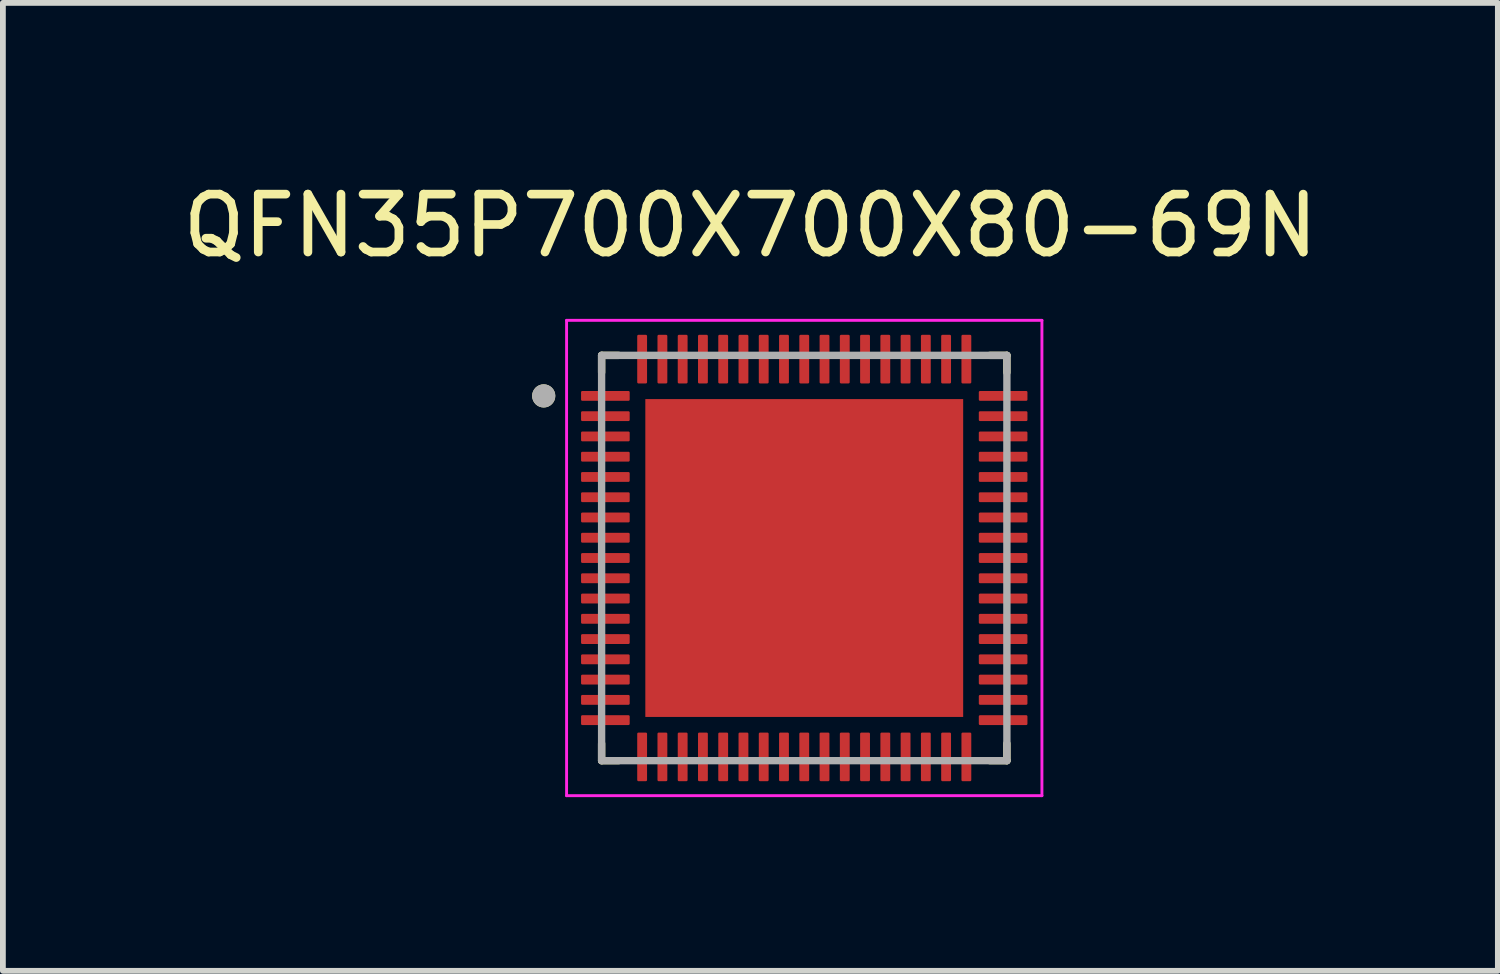
<source format=kicad_pcb>
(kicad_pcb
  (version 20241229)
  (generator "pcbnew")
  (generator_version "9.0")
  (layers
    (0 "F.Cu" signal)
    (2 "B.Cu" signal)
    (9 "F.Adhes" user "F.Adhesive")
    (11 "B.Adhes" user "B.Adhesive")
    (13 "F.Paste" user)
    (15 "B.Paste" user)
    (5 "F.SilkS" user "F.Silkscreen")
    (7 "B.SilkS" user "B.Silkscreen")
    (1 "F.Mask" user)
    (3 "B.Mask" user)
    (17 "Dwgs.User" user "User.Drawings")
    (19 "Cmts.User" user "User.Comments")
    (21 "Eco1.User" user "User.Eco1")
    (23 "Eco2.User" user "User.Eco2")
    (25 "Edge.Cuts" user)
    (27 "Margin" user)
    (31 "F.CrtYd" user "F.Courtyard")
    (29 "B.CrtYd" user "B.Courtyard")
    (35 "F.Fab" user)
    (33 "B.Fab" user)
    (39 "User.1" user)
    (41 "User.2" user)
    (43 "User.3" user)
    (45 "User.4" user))
  (footprint "QFN35P700X700X80-69N"
    (layer "F.Cu")
    (at 10.841 6.588)
    (property "Reference" "QFN35P700X700X80-69N" (at -0.93 -5.74 0) (layer "F.SilkS") (effects (font (size 1 1) (thickness 0.15))))
    (attr smd)
    (fp_line (start -3.5 -3.5) (end -3.5 -3.205) (stroke (width 0.127) (type solid)) (layer "F.SilkS"))
    (fp_line (start -3.5 3.5) (end -3.5 3.205) (stroke (width 0.127) (type solid)) (layer "F.SilkS"))
    (fp_line (start -3.5 3.5) (end -3.205 3.5) (stroke (width 0.127) (type solid)) (layer "F.SilkS"))
    (fp_line (start -3.205 -3.5) (end -3.5 -3.5) (stroke (width 0.127) (type solid)) (layer "F.SilkS"))
    (fp_line (start 3.205 3.5) (end 3.5 3.5) (stroke (width 0.127) (type solid)) (layer "F.SilkS"))
    (fp_line (start 3.5 -3.5) (end 3.205 -3.5) (stroke (width 0.127) (type solid)) (layer "F.SilkS"))
    (fp_line (start 3.5 -3.205) (end 3.5 -3.5) (stroke (width 0.127) (type solid)) (layer "F.SilkS"))
    (fp_line (start 3.5 3.5) (end 3.5 3.205) (stroke (width 0.127) (type solid)) (layer "F.SilkS"))
    (fp_circle (center -4.5 -2.8) (end -4.4 -2.8) (stroke (width 0.2) (type solid)) (fill no) (layer "F.SilkS"))
    (fp_poly (pts (xy -2.245 -2.245) (xy -0.505 -2.245) (xy -0.505 -0.505) (xy -2.245 -0.505)) (stroke (width 0.01) (type solid)) (fill yes) (layer "F.Paste"))
    (fp_poly (pts (xy -2.245 0.505) (xy -0.505 0.505) (xy -0.505 2.245) (xy -2.245 2.245)) (stroke (width 0.01) (type solid)) (fill yes) (layer "F.Paste"))
    (fp_poly (pts (xy 0.505 -2.245) (xy 2.245 -2.245) (xy 2.245 -0.505) (xy 0.505 -0.505)) (stroke (width 0.01) (type solid)) (fill yes) (layer "F.Paste"))
    (fp_poly (pts (xy 0.505 0.505) (xy 2.245 0.505) (xy 2.245 2.245) (xy 0.505 2.245)) (stroke (width 0.01) (type solid)) (fill yes) (layer "F.Paste"))
    (fp_line (start -4.105 -4.105) (end -4.105 4.105) (stroke (width 0.05) (type solid)) (layer "F.CrtYd"))
    (fp_line (start -4.105 4.105) (end 4.105 4.105) (stroke (width 0.05) (type solid)) (layer "F.CrtYd"))
    (fp_line (start 4.105 -4.105) (end -4.105 -4.105) (stroke (width 0.05) (type solid)) (layer "F.CrtYd"))
    (fp_line (start 4.105 4.105) (end 4.105 -4.105) (stroke (width 0.05) (type solid)) (layer "F.CrtYd"))
    (fp_line (start -3.5 -3.5) (end -3.5 3.5) (stroke (width 0.127) (type solid)) (layer "F.Fab"))
    (fp_line (start -3.5 3.5) (end 3.5 3.5) (stroke (width 0.127) (type solid)) (layer "F.Fab"))
    (fp_line (start 3.5 -3.5) (end -3.5 -3.5) (stroke (width 0.127) (type solid)) (layer "F.Fab"))
    (fp_line (start 3.5 3.5) (end 3.5 -3.5) (stroke (width 0.127) (type solid)) (layer "F.Fab"))
    (fp_circle (center -4.5 -2.8) (end -4.4 -2.8) (stroke (width 0.2) (type solid)) (fill no) (layer "F.Fab"))
    (pad "1" smd roundrect (at -3.435 -2.8) (size 0.84 0.17) (layers "F.Cu" "F.Mask" "F.Paste") (roundrect_rratio 0.125))
    (pad "2" smd roundrect (at -3.435 -2.45) (size 0.84 0.17) (layers "F.Cu" "F.Mask" "F.Paste") (roundrect_rratio 0.125))
    (pad "3" smd roundrect (at -3.435 -2.1) (size 0.84 0.17) (layers "F.Cu" "F.Mask" "F.Paste") (roundrect_rratio 0.125))
    (pad "4" smd roundrect (at -3.435 -1.75) (size 0.84 0.17) (layers "F.Cu" "F.Mask" "F.Paste") (roundrect_rratio 0.125))
    (pad "5" smd roundrect (at -3.435 -1.4) (size 0.84 0.17) (layers "F.Cu" "F.Mask" "F.Paste") (roundrect_rratio 0.125))
    (pad "6" smd roundrect (at -3.435 -1.05) (size 0.84 0.17) (layers "F.Cu" "F.Mask" "F.Paste") (roundrect_rratio 0.125))
    (pad "7" smd roundrect (at -3.435 -0.7) (size 0.84 0.17) (layers "F.Cu" "F.Mask" "F.Paste") (roundrect_rratio 0.125))
    (pad "8" smd roundrect (at -3.435 -0.35) (size 0.84 0.17) (layers "F.Cu" "F.Mask" "F.Paste") (roundrect_rratio 0.125))
    (pad "9" smd roundrect (at -3.435 0) (size 0.84 0.17) (layers "F.Cu" "F.Mask" "F.Paste") (roundrect_rratio 0.125))
    (pad "10" smd roundrect (at -3.435 0.35) (size 0.84 0.17) (layers "F.Cu" "F.Mask" "F.Paste") (roundrect_rratio 0.125))
    (pad "11" smd roundrect (at -3.435 0.7) (size 0.84 0.17) (layers "F.Cu" "F.Mask" "F.Paste") (roundrect_rratio 0.125))
    (pad "12" smd roundrect (at -3.435 1.05) (size 0.84 0.17) (layers "F.Cu" "F.Mask" "F.Paste") (roundrect_rratio 0.125))
    (pad "13" smd roundrect (at -3.435 1.4) (size 0.84 0.17) (layers "F.Cu" "F.Mask" "F.Paste") (roundrect_rratio 0.125))
    (pad "14" smd roundrect (at -3.435 1.75) (size 0.84 0.17) (layers "F.Cu" "F.Mask" "F.Paste") (roundrect_rratio 0.125))
    (pad "15" smd roundrect (at -3.435 2.1) (size 0.84 0.17) (layers "F.Cu" "F.Mask" "F.Paste") (roundrect_rratio 0.125))
    (pad "16" smd roundrect (at -3.435 2.45) (size 0.84 0.17) (layers "F.Cu" "F.Mask" "F.Paste") (roundrect_rratio 0.125))
    (pad "17" smd roundrect (at -3.435 2.8) (size 0.84 0.17) (layers "F.Cu" "F.Mask" "F.Paste") (roundrect_rratio 0.125))
    (pad "18" smd roundrect (at -2.8 3.435) (size 0.17 0.84) (layers "F.Cu" "F.Mask" "F.Paste") (roundrect_rratio 0.125))
    (pad "19" smd roundrect (at -2.45 3.435) (size 0.17 0.84) (layers "F.Cu" "F.Mask" "F.Paste") (roundrect_rratio 0.125))
    (pad "20" smd roundrect (at -2.1 3.435) (size 0.17 0.84) (layers "F.Cu" "F.Mask" "F.Paste") (roundrect_rratio 0.125))
    (pad "21" smd roundrect (at -1.75 3.435) (size 0.17 0.84) (layers "F.Cu" "F.Mask" "F.Paste") (roundrect_rratio 0.125))
    (pad "22" smd roundrect (at -1.4 3.435) (size 0.17 0.84) (layers "F.Cu" "F.Mask" "F.Paste") (roundrect_rratio 0.125))
    (pad "23" smd roundrect (at -1.05 3.435) (size 0.17 0.84) (layers "F.Cu" "F.Mask" "F.Paste") (roundrect_rratio 0.125))
    (pad "24" smd roundrect (at -0.7 3.435) (size 0.17 0.84) (layers "F.Cu" "F.Mask" "F.Paste") (roundrect_rratio 0.125))
    (pad "25" smd roundrect (at -0.35 3.435) (size 0.17 0.84) (layers "F.Cu" "F.Mask" "F.Paste") (roundrect_rratio 0.125))
    (pad "26" smd roundrect (at 0 3.435) (size 0.17 0.84) (layers "F.Cu" "F.Mask" "F.Paste") (roundrect_rratio 0.125))
    (pad "27" smd roundrect (at 0.35 3.435) (size 0.17 0.84) (layers "F.Cu" "F.Mask" "F.Paste") (roundrect_rratio 0.125))
    (pad "28" smd roundrect (at 0.7 3.435) (size 0.17 0.84) (layers "F.Cu" "F.Mask" "F.Paste") (roundrect_rratio 0.125))
    (pad "29" smd roundrect (at 1.05 3.435) (size 0.17 0.84) (layers "F.Cu" "F.Mask" "F.Paste") (roundrect_rratio 0.125))
    (pad "30" smd roundrect (at 1.4 3.435) (size 0.17 0.84) (layers "F.Cu" "F.Mask" "F.Paste") (roundrect_rratio 0.125))
    (pad "31" smd roundrect (at 1.75 3.435) (size 0.17 0.84) (layers "F.Cu" "F.Mask" "F.Paste") (roundrect_rratio 0.125))
    (pad "32" smd roundrect (at 2.1 3.435) (size 0.17 0.84) (layers "F.Cu" "F.Mask" "F.Paste") (roundrect_rratio 0.125))
    (pad "33" smd roundrect (at 2.45 3.435) (size 0.17 0.84) (layers "F.Cu" "F.Mask" "F.Paste") (roundrect_rratio 0.125))
    (pad "34" smd roundrect (at 2.8 3.435) (size 0.17 0.84) (layers "F.Cu" "F.Mask" "F.Paste") (roundrect_rratio 0.125))
    (pad "35" smd roundrect (at 3.435 2.8) (size 0.84 0.17) (layers "F.Cu" "F.Mask" "F.Paste") (roundrect_rratio 0.125))
    (pad "36" smd roundrect (at 3.435 2.45) (size 0.84 0.17) (layers "F.Cu" "F.Mask" "F.Paste") (roundrect_rratio 0.125))
    (pad "37" smd roundrect (at 3.435 2.1) (size 0.84 0.17) (layers "F.Cu" "F.Mask" "F.Paste") (roundrect_rratio 0.125))
    (pad "38" smd roundrect (at 3.435 1.75) (size 0.84 0.17) (layers "F.Cu" "F.Mask" "F.Paste") (roundrect_rratio 0.125))
    (pad "39" smd roundrect (at 3.435 1.4) (size 0.84 0.17) (layers "F.Cu" "F.Mask" "F.Paste") (roundrect_rratio 0.125))
    (pad "40" smd roundrect (at 3.435 1.05) (size 0.84 0.17) (layers "F.Cu" "F.Mask" "F.Paste") (roundrect_rratio 0.125))
    (pad "41" smd roundrect (at 3.435 0.7) (size 0.84 0.17) (layers "F.Cu" "F.Mask" "F.Paste") (roundrect_rratio 0.125))
    (pad "42" smd roundrect (at 3.435 0.35) (size 0.84 0.17) (layers "F.Cu" "F.Mask" "F.Paste") (roundrect_rratio 0.125))
    (pad "43" smd roundrect (at 3.435 0) (size 0.84 0.17) (layers "F.Cu" "F.Mask" "F.Paste") (roundrect_rratio 0.125))
    (pad "44" smd roundrect (at 3.435 -0.35) (size 0.84 0.17) (layers "F.Cu" "F.Mask" "F.Paste") (roundrect_rratio 0.125))
    (pad "45" smd roundrect (at 3.435 -0.7) (size 0.84 0.17) (layers "F.Cu" "F.Mask" "F.Paste") (roundrect_rratio 0.125))
    (pad "46" smd roundrect (at 3.435 -1.05) (size 0.84 0.17) (layers "F.Cu" "F.Mask" "F.Paste") (roundrect_rratio 0.125))
    (pad "47" smd roundrect (at 3.435 -1.4) (size 0.84 0.17) (layers "F.Cu" "F.Mask" "F.Paste") (roundrect_rratio 0.125))
    (pad "48" smd roundrect (at 3.435 -1.75) (size 0.84 0.17) (layers "F.Cu" "F.Mask" "F.Paste") (roundrect_rratio 0.125))
    (pad "49" smd roundrect (at 3.435 -2.1) (size 0.84 0.17) (layers "F.Cu" "F.Mask" "F.Paste") (roundrect_rratio 0.125))
    (pad "50" smd roundrect (at 3.435 -2.45) (size 0.84 0.17) (layers "F.Cu" "F.Mask" "F.Paste") (roundrect_rratio 0.125))
    (pad "51" smd roundrect (at 3.435 -2.8) (size 0.84 0.17) (layers "F.Cu" "F.Mask" "F.Paste") (roundrect_rratio 0.125))
    (pad "52" smd roundrect (at 2.8 -3.435) (size 0.17 0.84) (layers "F.Cu" "F.Mask" "F.Paste") (roundrect_rratio 0.125))
    (pad "53" smd roundrect (at 2.45 -3.435) (size 0.17 0.84) (layers "F.Cu" "F.Mask" "F.Paste") (roundrect_rratio 0.125))
    (pad "54" smd roundrect (at 2.1 -3.435) (size 0.17 0.84) (layers "F.Cu" "F.Mask" "F.Paste") (roundrect_rratio 0.125))
    (pad "55" smd roundrect (at 1.75 -3.435) (size 0.17 0.84) (layers "F.Cu" "F.Mask" "F.Paste") (roundrect_rratio 0.125))
    (pad "56" smd roundrect (at 1.4 -3.435) (size 0.17 0.84) (layers "F.Cu" "F.Mask" "F.Paste") (roundrect_rratio 0.125))
    (pad "57" smd roundrect (at 1.05 -3.435) (size 0.17 0.84) (layers "F.Cu" "F.Mask" "F.Paste") (roundrect_rratio 0.125))
    (pad "58" smd roundrect (at 0.7 -3.435) (size 0.17 0.84) (layers "F.Cu" "F.Mask" "F.Paste") (roundrect_rratio 0.125))
    (pad "59" smd roundrect (at 0.35 -3.435) (size 0.17 0.84) (layers "F.Cu" "F.Mask" "F.Paste") (roundrect_rratio 0.125))
    (pad "60" smd roundrect (at 0 -3.435) (size 0.17 0.84) (layers "F.Cu" "F.Mask" "F.Paste") (roundrect_rratio 0.125))
    (pad "61" smd roundrect (at -0.35 -3.435) (size 0.17 0.84) (layers "F.Cu" "F.Mask" "F.Paste") (roundrect_rratio 0.125))
    (pad "62" smd roundrect (at -0.7 -3.435) (size 0.17 0.84) (layers "F.Cu" "F.Mask" "F.Paste") (roundrect_rratio 0.125))
    (pad "63" smd roundrect (at -1.05 -3.435) (size 0.17 0.84) (layers "F.Cu" "F.Mask" "F.Paste") (roundrect_rratio 0.125))
    (pad "64" smd roundrect (at -1.4 -3.435) (size 0.17 0.84) (layers "F.Cu" "F.Mask" "F.Paste") (roundrect_rratio 0.125))
    (pad "65" smd roundrect (at -1.75 -3.435) (size 0.17 0.84) (layers "F.Cu" "F.Mask" "F.Paste") (roundrect_rratio 0.125))
    (pad "66" smd roundrect (at -2.1 -3.435) (size 0.17 0.84) (layers "F.Cu" "F.Mask" "F.Paste") (roundrect_rratio 0.125))
    (pad "67" smd roundrect (at -2.45 -3.435) (size 0.17 0.84) (layers "F.Cu" "F.Mask" "F.Paste") (roundrect_rratio 0.125))
    (pad "68" smd roundrect (at -2.8 -3.435) (size 0.17 0.84) (layers "F.Cu" "F.Mask" "F.Paste") (roundrect_rratio 0.125))
    (pad "69" smd rect (at 0 0) (size 5.49 5.49) (layers "F.Cu" "F.Mask")))
  (gr_rect
    (start -3 -3)
    (end 22.821 13.718)
    (stroke (width 0.1) (type default))
    (fill no)
    (layer "Edge.Cuts")))
</source>
